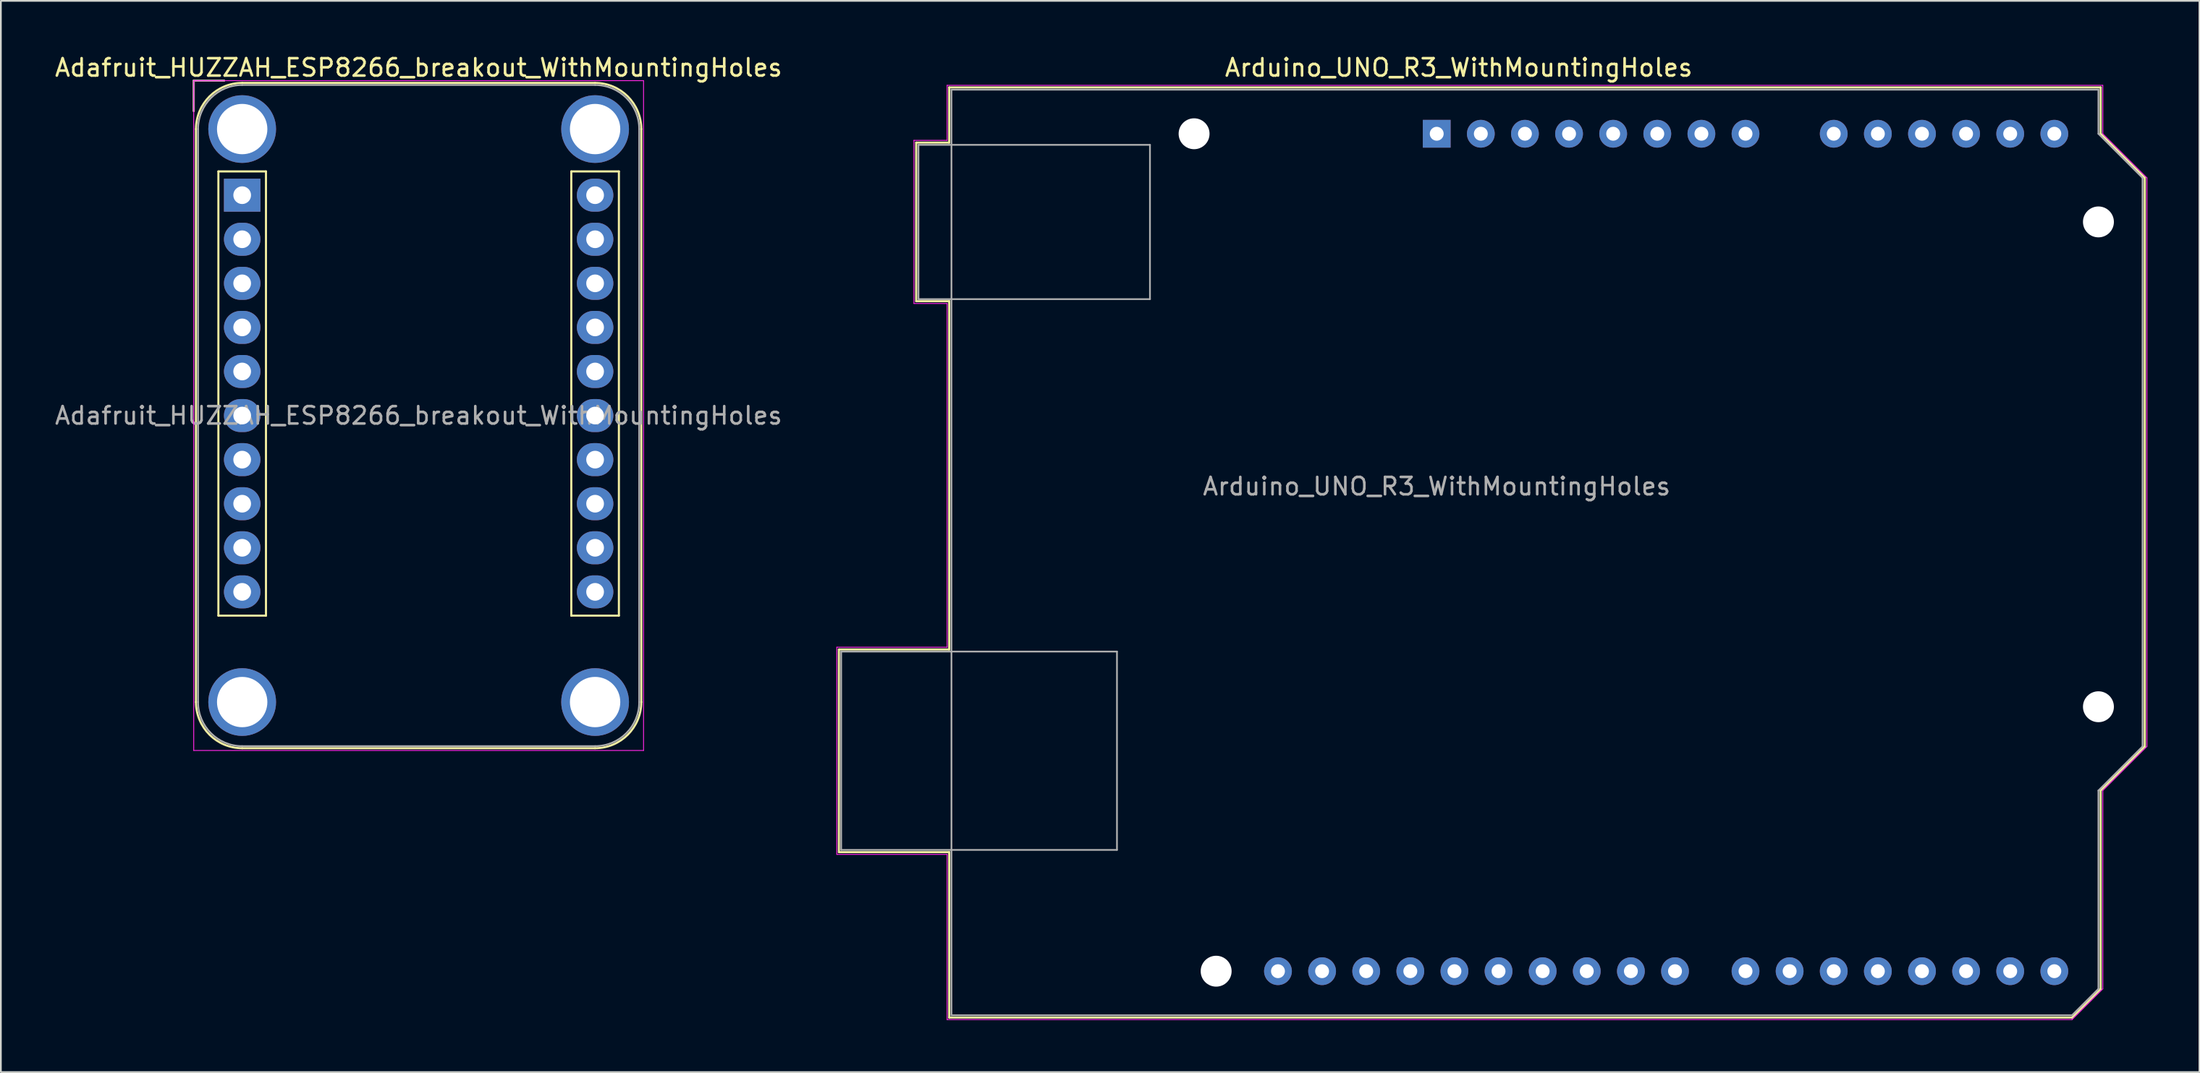
<source format=kicad_pcb>
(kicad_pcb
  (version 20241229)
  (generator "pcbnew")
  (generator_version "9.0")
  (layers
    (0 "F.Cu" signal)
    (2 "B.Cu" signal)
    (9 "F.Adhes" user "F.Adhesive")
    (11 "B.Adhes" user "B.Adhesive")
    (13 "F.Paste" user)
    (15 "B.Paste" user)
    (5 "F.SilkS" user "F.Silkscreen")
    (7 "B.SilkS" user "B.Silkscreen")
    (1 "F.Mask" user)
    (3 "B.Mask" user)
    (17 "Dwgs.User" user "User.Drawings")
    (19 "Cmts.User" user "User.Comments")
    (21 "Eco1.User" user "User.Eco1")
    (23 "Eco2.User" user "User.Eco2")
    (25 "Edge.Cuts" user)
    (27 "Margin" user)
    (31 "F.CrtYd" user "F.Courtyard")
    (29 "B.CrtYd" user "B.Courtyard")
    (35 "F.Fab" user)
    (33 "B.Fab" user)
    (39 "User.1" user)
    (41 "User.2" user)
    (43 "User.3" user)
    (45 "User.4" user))
  (footprint "Adafruit_HUZZAH_ESP8266_breakout_WithMountingHoles"
    (layer "F.Cu")
    (at 10.894 8.198)
    (property "Reference" "Adafruit_HUZZAH_ESP8266_breakout_WithMountingHoles" (at 10.16 -7.35 0) (layer "F.SilkS") (effects (font (size 1 1) (thickness 0.15))))
    (attr through_hole)
    (fp_line (start -2.79 -6.6) (end -1.04 -6.6) (stroke (width 0.12) (type solid)) (layer "F.SilkS"))
    (fp_line (start -2.79 -4.85) (end -2.79 -6.6) (stroke (width 0.12) (type solid)) (layer "F.SilkS"))
    (fp_line (start -2.66 -3.81) (end -2.66 29.21) (stroke (width 0.12) (type solid)) (layer "F.SilkS"))
    (fp_line (start -1.37 -1.37) (end -1.37 24.23) (stroke (width 0.12) (type solid)) (layer "F.SilkS"))
    (fp_line (start -1.37 24.23) (end 1.37 24.23) (stroke (width 0.12) (type solid)) (layer "F.SilkS"))
    (fp_line (start 0 -6.47) (end 20.32 -6.47) (stroke (width 0.12) (type solid)) (layer "F.SilkS"))
    (fp_line (start 0 31.87) (end 20.32 31.87) (stroke (width 0.12) (type solid)) (layer "F.SilkS"))
    (fp_line (start 1.37 -1.37) (end -1.37 -1.37) (stroke (width 0.12) (type solid)) (layer "F.SilkS"))
    (fp_line (start 1.37 24.23) (end 1.37 -1.37) (stroke (width 0.12) (type solid)) (layer "F.SilkS"))
    (fp_line (start 18.95 -1.37) (end 18.95 24.23) (stroke (width 0.12) (type solid)) (layer "F.SilkS"))
    (fp_line (start 18.95 24.23) (end 21.69 24.23) (stroke (width 0.12) (type solid)) (layer "F.SilkS"))
    (fp_line (start 21.69 -1.37) (end 18.95 -1.37) (stroke (width 0.12) (type solid)) (layer "F.SilkS"))
    (fp_line (start 21.69 24.23) (end 21.69 -1.37) (stroke (width 0.12) (type solid)) (layer "F.SilkS"))
    (fp_line (start 22.98 -3.81) (end 22.98 29.21) (stroke (width 0.12) (type solid)) (layer "F.SilkS"))
    (fp_arc (start -2.66 -3.81) (mid -1.880904 -5.690904) (end 0 -6.47) (stroke (width 0.12) (type solid)) (layer "F.SilkS"))
    (fp_arc (start 0 31.87) (mid -1.880904 31.090904) (end -2.66 29.21) (stroke (width 0.12) (type solid)) (layer "F.SilkS"))
    (fp_arc (start 20.32 -6.47) (mid 22.200904 -5.690904) (end 22.98 -3.81) (stroke (width 0.12) (type solid)) (layer "F.SilkS"))
    (fp_arc (start 22.98 29.21) (mid 22.200904 31.090904) (end 20.32 31.87) (stroke (width 0.12) (type solid)) (layer "F.SilkS"))
    (fp_line (start -2.79 -6.6) (end -2.79 32) (stroke (width 0.05) (type solid)) (layer "F.CrtYd"))
    (fp_line (start -2.79 32) (end 23.11 32) (stroke (width 0.05) (type solid)) (layer "F.CrtYd"))
    (fp_line (start 23.11 -6.6) (end -2.79 -6.6) (stroke (width 0.05) (type solid)) (layer "F.CrtYd"))
    (fp_line (start 23.11 32) (end 23.11 -6.6) (stroke (width 0.05) (type solid)) (layer "F.CrtYd"))
    (fp_line (start -2.79 -6.6) (end -1.04 -6.6) (stroke (width 0.1) (type solid)) (layer "F.Fab"))
    (fp_line (start -2.79 -4.85) (end -2.79 -6.6) (stroke (width 0.1) (type solid)) (layer "F.Fab"))
    (fp_line (start -2.54 -3.81) (end -2.54 29.21) (stroke (width 0.1) (type solid)) (layer "F.Fab"))
    (fp_line (start 0 -6.35) (end 20.32 -6.35) (stroke (width 0.1) (type solid)) (layer "F.Fab"))
    (fp_line (start 0 31.75) (end 20.32 31.75) (stroke (width 0.1) (type solid)) (layer "F.Fab"))
    (fp_line (start 22.86 -3.81) (end 22.86 29.21) (stroke (width 0.1) (type solid)) (layer "F.Fab"))
    (fp_arc (start -2.54 -3.81) (mid -1.796051 -5.606051) (end 0 -6.35) (stroke (width 0.1) (type solid)) (layer "F.Fab"))
    (fp_arc (start 0 31.75) (mid -1.796051 31.006051) (end -2.54 29.21) (stroke (width 0.1) (type solid)) (layer "F.Fab"))
    (fp_arc (start 20.32 -6.35) (mid 22.116051 -5.606051) (end 22.86 -3.81) (stroke (width 0.1) (type solid)) (layer "F.Fab"))
    (fp_arc (start 22.86 29.21) (mid 22.116051 31.006051) (end 20.32 31.75) (stroke (width 0.1) (type solid)) (layer "F.Fab"))
    (fp_text user "${REFERENCE}" (at 10.16 12.7 0) (layer "F.Fab") (effects (font (size 1 1) (thickness 0.15))))
    (pad "1" thru_hole rect (at 0 0) (size 2.1 1.9) (drill 1.02) (layers "*.Cu" "*.Mask"))
    (pad "2" thru_hole oval (at 0 2.54) (size 2.1 1.9) (drill 1.02) (layers "*.Cu" "*.Mask"))
    (pad "3" thru_hole oval (at 0 5.08) (size 2.1 1.9) (drill 1.02) (layers "*.Cu" "*.Mask"))
    (pad "4" thru_hole oval (at 0 7.62) (size 2.1 1.9) (drill 1.02) (layers "*.Cu" "*.Mask"))
    (pad "5" thru_hole oval (at 0 10.16) (size 2.1 1.9) (drill 1.02) (layers "*.Cu" "*.Mask"))
    (pad "6" thru_hole oval (at 0 12.7) (size 2.1 1.9) (drill 1.02) (layers "*.Cu" "*.Mask"))
    (pad "7" thru_hole oval (at 0 15.24) (size 2.1 1.9) (drill 1.02) (layers "*.Cu" "*.Mask"))
    (pad "8" thru_hole oval (at 0 17.78) (size 2.1 1.9) (drill 1.02) (layers "*.Cu" "*.Mask"))
    (pad "9" thru_hole oval (at 0 20.32) (size 2.1 1.9) (drill 1.02) (layers "*.Cu" "*.Mask"))
    (pad "10" thru_hole oval (at 0 22.86) (size 2.1 1.9) (drill 1.02) (layers "*.Cu" "*.Mask"))
    (pad "11" thru_hole oval (at 20.32 22.86) (size 2.1 1.9) (drill 1.02) (layers "*.Cu" "*.Mask"))
    (pad "12" thru_hole oval (at 20.32 20.32) (size 2.1 1.9) (drill 1.02) (layers "*.Cu" "*.Mask"))
    (pad "13" thru_hole oval (at 20.32 17.78) (size 2.1 1.9) (drill 1.02) (layers "*.Cu" "*.Mask"))
    (pad "14" thru_hole oval (at 20.32 15.24) (size 2.1 1.9) (drill 1.02) (layers "*.Cu" "*.Mask"))
    (pad "15" thru_hole oval (at 20.32 12.7) (size 2.1 1.9) (drill 1.02) (layers "*.Cu" "*.Mask"))
    (pad "16" thru_hole oval (at 20.32 10.16) (size 2.1 1.9) (drill 1.02) (layers "*.Cu" "*.Mask"))
    (pad "17" thru_hole oval (at 20.32 7.62) (size 2.1 1.9) (drill 1.02) (layers "*.Cu" "*.Mask"))
    (pad "18" thru_hole oval (at 20.32 5.08) (size 2.1 1.9) (drill 1.02) (layers "*.Cu" "*.Mask"))
    (pad "19" thru_hole oval (at 20.32 2.54) (size 2.1 1.9) (drill 1.02) (layers "*.Cu" "*.Mask"))
    (pad "20" thru_hole oval (at 20.32 0) (size 2.1 1.9) (drill 1.02) (layers "*.Cu" "*.Mask"))
    (pad "~" thru_hole circle (at 0 -3.81) (size 3.9 3.9) (drill 2.9) (layers "*.Cu" "*.Mask"))
    (pad "~" thru_hole circle (at 0 29.21) (size 3.9 3.9) (drill 2.9) (layers "*.Cu" "*.Mask"))
    (pad "~" thru_hole circle (at 20.32 -3.81) (size 3.9 3.9) (drill 2.9) (layers "*.Cu" "*.Mask"))
    (pad "~" thru_hole circle (at 20.32 29.21) (size 3.9 3.9) (drill 2.9) (layers "*.Cu" "*.Mask")))
  (footprint "Arduino_UNO_R3_WithMountingHoles"
    (layer "F.Cu")
    (at 79.672 4.658)
    (property "Reference" "Arduino_UNO_R3_WithMountingHoles" (at 1.27 -3.81 180) (layer "F.SilkS") (effects (font (size 1 1) (thickness 0.15))))
    (attr through_hole)
    (fp_line (start -34.42 29.72) (end -34.42 41.4) (stroke (width 0.12) (type solid)) (layer "F.SilkS"))
    (fp_line (start -34.42 41.4) (end -28.07 41.4) (stroke (width 0.12) (type solid)) (layer "F.SilkS"))
    (fp_line (start -29.97 0.51) (end -29.97 9.65) (stroke (width 0.12) (type solid)) (layer "F.SilkS"))
    (fp_line (start -29.97 9.65) (end -28.07 9.65) (stroke (width 0.12) (type solid)) (layer "F.SilkS"))
    (fp_line (start -28.07 -2.67) (end -28.07 0.51) (stroke (width 0.12) (type solid)) (layer "F.SilkS"))
    (fp_line (start -28.07 0.51) (end -29.97 0.51) (stroke (width 0.12) (type solid)) (layer "F.SilkS"))
    (fp_line (start -28.07 9.65) (end -28.07 29.72) (stroke (width 0.12) (type solid)) (layer "F.SilkS"))
    (fp_line (start -28.07 29.72) (end -34.42 29.72) (stroke (width 0.12) (type solid)) (layer "F.SilkS"))
    (fp_line (start -28.07 41.4) (end -28.07 50.93) (stroke (width 0.12) (type solid)) (layer "F.SilkS"))
    (fp_line (start -28.07 50.93) (end 36.58 50.93) (stroke (width 0.12) (type solid)) (layer "F.SilkS"))
    (fp_line (start 36.58 50.93) (end 38.23 49.28) (stroke (width 0.12) (type solid)) (layer "F.SilkS"))
    (fp_line (start 38.23 -2.67) (end -28.07 -2.67) (stroke (width 0.12) (type solid)) (layer "F.SilkS"))
    (fp_line (start 38.23 0) (end 38.23 -2.67) (stroke (width 0.12) (type solid)) (layer "F.SilkS"))
    (fp_line (start 38.23 37.85) (end 40.77 35.31) (stroke (width 0.12) (type solid)) (layer "F.SilkS"))
    (fp_line (start 38.23 49.28) (end 38.23 37.85) (stroke (width 0.12) (type solid)) (layer "F.SilkS"))
    (fp_line (start 40.77 2.54) (end 38.23 0) (stroke (width 0.12) (type solid)) (layer "F.SilkS"))
    (fp_line (start 40.77 35.31) (end 40.77 2.54) (stroke (width 0.12) (type solid)) (layer "F.SilkS"))
    (fp_line (start -34.54 29.59) (end -28.19 29.59) (stroke (width 0.05) (type solid)) (layer "F.CrtYd"))
    (fp_line (start -34.54 41.53) (end -34.54 29.59) (stroke (width 0.05) (type solid)) (layer "F.CrtYd"))
    (fp_line (start -30.1 0.38) (end -28.19 0.38) (stroke (width 0.05) (type solid)) (layer "F.CrtYd"))
    (fp_line (start -30.1 9.78) (end -30.1 0.38) (stroke (width 0.05) (type solid)) (layer "F.CrtYd"))
    (fp_line (start -28.19 -2.79) (end 38.35 -2.79) (stroke (width 0.05) (type solid)) (layer "F.CrtYd"))
    (fp_line (start -28.19 0.38) (end -28.19 -2.79) (stroke (width 0.05) (type solid)) (layer "F.CrtYd"))
    (fp_line (start -28.19 9.78) (end -30.1 9.78) (stroke (width 0.05) (type solid)) (layer "F.CrtYd"))
    (fp_line (start -28.19 29.59) (end -28.19 9.78) (stroke (width 0.05) (type solid)) (layer "F.CrtYd"))
    (fp_line (start -28.19 41.53) (end -34.54 41.53) (stroke (width 0.05) (type solid)) (layer "F.CrtYd"))
    (fp_line (start -28.19 51.05) (end -28.19 41.53) (stroke (width 0.05) (type solid)) (layer "F.CrtYd"))
    (fp_line (start 36.58 51.05) (end -28.19 51.05) (stroke (width 0.05) (type solid)) (layer "F.CrtYd"))
    (fp_line (start 38.35 -2.79) (end 38.35 0) (stroke (width 0.05) (type solid)) (layer "F.CrtYd"))
    (fp_line (start 38.35 0) (end 40.89 2.54) (stroke (width 0.05) (type solid)) (layer "F.CrtYd"))
    (fp_line (start 38.35 37.85) (end 38.35 49.28) (stroke (width 0.05) (type solid)) (layer "F.CrtYd"))
    (fp_line (start 38.35 49.28) (end 36.58 51.05) (stroke (width 0.05) (type solid)) (layer "F.CrtYd"))
    (fp_line (start 40.89 2.54) (end 40.89 35.31) (stroke (width 0.05) (type solid)) (layer "F.CrtYd"))
    (fp_line (start 40.89 35.31) (end 38.35 37.85) (stroke (width 0.05) (type solid)) (layer "F.CrtYd"))
    (fp_line (start -34.29 29.84) (end -18.41 29.84) (stroke (width 0.1) (type solid)) (layer "F.Fab"))
    (fp_line (start -34.29 41.27) (end -34.29 29.84) (stroke (width 0.1) (type solid)) (layer "F.Fab"))
    (fp_line (start -29.84 0.64) (end -16.51 0.64) (stroke (width 0.1) (type solid)) (layer "F.Fab"))
    (fp_line (start -29.84 9.53) (end -29.84 0.64) (stroke (width 0.1) (type solid)) (layer "F.Fab"))
    (fp_line (start -27.94 -2.54) (end 38.1 -2.54) (stroke (width 0.1) (type solid)) (layer "F.Fab"))
    (fp_line (start -27.94 50.8) (end -27.94 -2.54) (stroke (width 0.1) (type solid)) (layer "F.Fab"))
    (fp_line (start -18.41 29.84) (end -18.41 41.27) (stroke (width 0.1) (type solid)) (layer "F.Fab"))
    (fp_line (start -18.41 41.27) (end -34.29 41.27) (stroke (width 0.1) (type solid)) (layer "F.Fab"))
    (fp_line (start -16.51 0.64) (end -16.51 9.53) (stroke (width 0.1) (type solid)) (layer "F.Fab"))
    (fp_line (start -16.51 9.53) (end -29.84 9.53) (stroke (width 0.1) (type solid)) (layer "F.Fab"))
    (fp_line (start 36.58 50.8) (end -27.94 50.8) (stroke (width 0.1) (type solid)) (layer "F.Fab"))
    (fp_line (start 38.1 -2.54) (end 38.1 0) (stroke (width 0.1) (type solid)) (layer "F.Fab"))
    (fp_line (start 38.1 0) (end 40.64 2.54) (stroke (width 0.1) (type solid)) (layer "F.Fab"))
    (fp_line (start 38.1 37.85) (end 38.1 49.28) (stroke (width 0.1) (type solid)) (layer "F.Fab"))
    (fp_line (start 38.1 49.28) (end 36.58 50.8) (stroke (width 0.1) (type solid)) (layer "F.Fab"))
    (fp_line (start 40.64 2.54) (end 40.64 35.31) (stroke (width 0.1) (type solid)) (layer "F.Fab"))
    (fp_line (start 40.64 35.31) (end 38.1 37.85) (stroke (width 0.1) (type solid)) (layer "F.Fab"))
    (fp_text user "${REFERENCE}" (at 0 20.32 180) (layer "F.Fab") (effects (font (size 1 1) (thickness 0.15))))
    (pad "" np_thru_hole circle (at -13.97 0 90) (size 1.78 1.78) (drill 1.78) (layers "*.Cu" "*.Mask"))
    (pad "" np_thru_hole circle (at -12.7 48.26 90) (size 1.78 1.78) (drill 1.78) (layers "*.Cu" "*.Mask"))
    (pad "" np_thru_hole circle (at 38.1 5.08 90) (size 1.78 1.78) (drill 1.78) (layers "*.Cu" "*.Mask"))
    (pad "" np_thru_hole circle (at 38.1 33.02 90) (size 1.78 1.78) (drill 1.78) (layers "*.Cu" "*.Mask"))
    (pad "1" thru_hole rect (at 0 0 90) (size 1.6 1.6) (drill 0.8) (layers "*.Cu" "*.Mask"))
    (pad "2" thru_hole oval (at 2.54 0 90) (size 1.6 1.6) (drill 0.8) (layers "*.Cu" "*.Mask"))
    (pad "3" thru_hole oval (at 5.08 0 90) (size 1.6 1.6) (drill 0.8) (layers "*.Cu" "*.Mask"))
    (pad "4" thru_hole oval (at 7.62 0 90) (size 1.6 1.6) (drill 0.8) (layers "*.Cu" "*.Mask"))
    (pad "5" thru_hole oval (at 10.16 0 90) (size 1.6 1.6) (drill 0.8) (layers "*.Cu" "*.Mask"))
    (pad "6" thru_hole oval (at 12.7 0 90) (size 1.6 1.6) (drill 0.8) (layers "*.Cu" "*.Mask"))
    (pad "7" thru_hole oval (at 15.24 0 90) (size 1.6 1.6) (drill 0.8) (layers "*.Cu" "*.Mask"))
    (pad "8" thru_hole oval (at 17.78 0 90) (size 1.6 1.6) (drill 0.8) (layers "*.Cu" "*.Mask"))
    (pad "9" thru_hole oval (at 22.86 0 90) (size 1.6 1.6) (drill 0.8) (layers "*.Cu" "*.Mask"))
    (pad "10" thru_hole oval (at 25.4 0 90) (size 1.6 1.6) (drill 0.8) (layers "*.Cu" "*.Mask"))
    (pad "11" thru_hole oval (at 27.94 0 90) (size 1.6 1.6) (drill 0.8) (layers "*.Cu" "*.Mask"))
    (pad "12" thru_hole oval (at 30.48 0 90) (size 1.6 1.6) (drill 0.8) (layers "*.Cu" "*.Mask"))
    (pad "13" thru_hole oval (at 33.02 0 90) (size 1.6 1.6) (drill 0.8) (layers "*.Cu" "*.Mask"))
    (pad "14" thru_hole oval (at 35.56 0 90) (size 1.6 1.6) (drill 0.8) (layers "*.Cu" "*.Mask"))
    (pad "15" thru_hole oval (at 35.56 48.26 90) (size 1.6 1.6) (drill 0.8) (layers "*.Cu" "*.Mask"))
    (pad "16" thru_hole oval (at 33.02 48.26 90) (size 1.6 1.6) (drill 0.8) (layers "*.Cu" "*.Mask"))
    (pad "17" thru_hole oval (at 30.48 48.26 90) (size 1.6 1.6) (drill 0.8) (layers "*.Cu" "*.Mask"))
    (pad "18" thru_hole oval (at 27.94 48.26 90) (size 1.6 1.6) (drill 0.8) (layers "*.Cu" "*.Mask"))
    (pad "19" thru_hole oval (at 25.4 48.26 90) (size 1.6 1.6) (drill 0.8) (layers "*.Cu" "*.Mask"))
    (pad "20" thru_hole oval (at 22.86 48.26 90) (size 1.6 1.6) (drill 0.8) (layers "*.Cu" "*.Mask"))
    (pad "21" thru_hole oval (at 20.32 48.26 90) (size 1.6 1.6) (drill 0.8) (layers "*.Cu" "*.Mask"))
    (pad "22" thru_hole oval (at 17.78 48.26 90) (size 1.6 1.6) (drill 0.8) (layers "*.Cu" "*.Mask"))
    (pad "23" thru_hole oval (at 13.72 48.26 90) (size 1.6 1.6) (drill 0.8) (layers "*.Cu" "*.Mask"))
    (pad "24" thru_hole oval (at 11.18 48.26 90) (size 1.6 1.6) (drill 0.8) (layers "*.Cu" "*.Mask"))
    (pad "25" thru_hole oval (at 8.64 48.26 90) (size 1.6 1.6) (drill 0.8) (layers "*.Cu" "*.Mask"))
    (pad "26" thru_hole oval (at 6.1 48.26 90) (size 1.6 1.6) (drill 0.8) (layers "*.Cu" "*.Mask"))
    (pad "27" thru_hole oval (at 3.56 48.26 90) (size 1.6 1.6) (drill 0.8) (layers "*.Cu" "*.Mask"))
    (pad "28" thru_hole oval (at 1.02 48.26 90) (size 1.6 1.6) (drill 0.8) (layers "*.Cu" "*.Mask"))
    (pad "29" thru_hole oval (at -1.52 48.26 90) (size 1.6 1.6) (drill 0.8) (layers "*.Cu" "*.Mask"))
    (pad "30" thru_hole oval (at -4.06 48.26 90) (size 1.6 1.6) (drill 0.8) (layers "*.Cu" "*.Mask"))
    (pad "31" thru_hole oval (at -6.6 48.26 90) (size 1.6 1.6) (drill 0.8) (layers "*.Cu" "*.Mask"))
    (pad "32" thru_hole oval (at -9.14 48.26 90) (size 1.6 1.6) (drill 0.8) (layers "*.Cu" "*.Mask")))
  (gr_rect
    (start -3 -3)
    (end 123.587 58.733)
    (stroke (width 0.1) (type default))
    (fill no)
    (layer "Edge.Cuts")))
</source>
